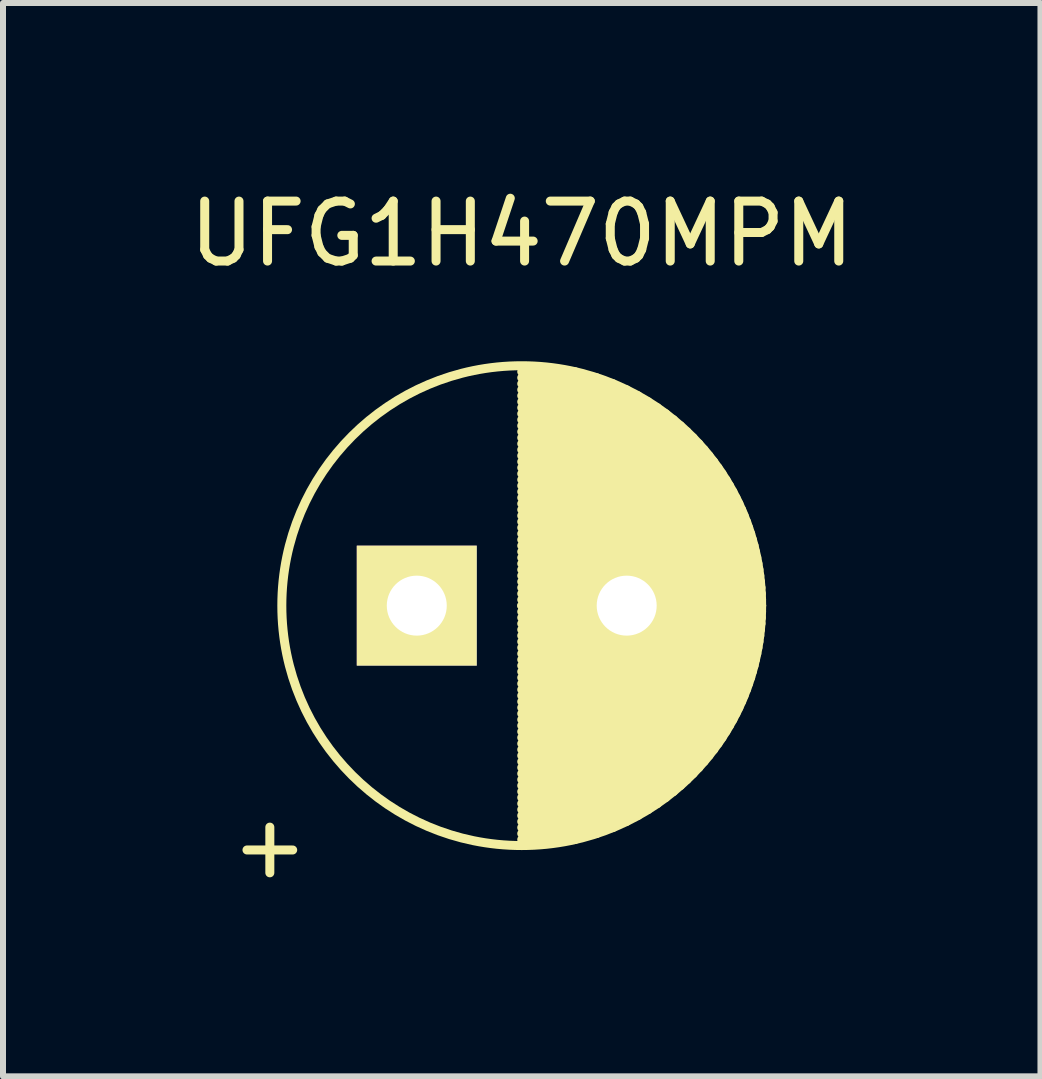
<source format=kicad_pcb>
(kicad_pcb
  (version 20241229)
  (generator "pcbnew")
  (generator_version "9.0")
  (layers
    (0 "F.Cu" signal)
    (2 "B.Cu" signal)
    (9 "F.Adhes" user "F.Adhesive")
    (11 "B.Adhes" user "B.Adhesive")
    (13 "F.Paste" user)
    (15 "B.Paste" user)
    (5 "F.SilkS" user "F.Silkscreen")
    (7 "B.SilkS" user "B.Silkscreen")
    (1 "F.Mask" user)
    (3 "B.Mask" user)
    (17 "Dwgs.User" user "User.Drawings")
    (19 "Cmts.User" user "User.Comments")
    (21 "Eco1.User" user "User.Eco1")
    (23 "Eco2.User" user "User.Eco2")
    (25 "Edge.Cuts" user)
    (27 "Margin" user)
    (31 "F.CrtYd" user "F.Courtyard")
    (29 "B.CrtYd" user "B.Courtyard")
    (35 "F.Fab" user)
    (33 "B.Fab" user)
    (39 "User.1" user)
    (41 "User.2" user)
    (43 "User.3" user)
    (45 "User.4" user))
  (footprint "UFG1H470MPM"
    (layer "F.Cu")
    (at 3.899 7.048)
    (property "Reference" "UFG1H470MPM" (at 1.75 -6.2 0) (layer "F.SilkS") (effects (font (size 1 1) (thickness 0.15))))
    (attr through_hole)
    (fp_line (start 1.75 -3.9) (end 2.639 -3.9) (stroke (width 0.15) (type solid)) (layer "F.SilkS"))
    (fp_line (start 1.75 -3.8) (end 2.999 -3.8) (stroke (width 0.15) (type solid)) (layer "F.SilkS"))
    (fp_line (start 1.75 -3.7) (end 3.27 -3.7) (stroke (width 0.15) (type solid)) (layer "F.SilkS"))
    (fp_line (start 1.75 -3.6) (end 3.494 -3.6) (stroke (width 0.15) (type solid)) (layer "F.SilkS"))
    (fp_line (start 1.75 -3.5) (end 3.686 -3.5) (stroke (width 0.15) (type solid)) (layer "F.SilkS"))
    (fp_line (start 1.75 -3.4) (end 3.857 -3.4) (stroke (width 0.15) (type solid)) (layer "F.SilkS"))
    (fp_line (start 1.75 -3.3) (end 4.011 -3.3) (stroke (width 0.15) (type solid)) (layer "F.SilkS"))
    (fp_line (start 1.75 -3.2) (end 4.15 -3.2) (stroke (width 0.15) (type solid)) (layer "F.SilkS"))
    (fp_line (start 1.75 -3.1) (end 4.278 -3.1) (stroke (width 0.15) (type solid)) (layer "F.SilkS"))
    (fp_line (start 1.75 -3) (end 4.396 -3) (stroke (width 0.15) (type solid)) (layer "F.SilkS"))
    (fp_line (start 1.75 -2.9) (end 4.505 -2.9) (stroke (width 0.15) (type solid)) (layer "F.SilkS"))
    (fp_line (start 1.75 -2.8) (end 4.607 -2.8) (stroke (width 0.15) (type solid)) (layer "F.SilkS"))
    (fp_line (start 1.75 -2.7) (end 4.701 -2.7) (stroke (width 0.15) (type solid)) (layer "F.SilkS"))
    (fp_line (start 1.75 -2.6) (end 4.79 -2.6) (stroke (width 0.15) (type solid)) (layer "F.SilkS"))
    (fp_line (start 1.75 -2.5) (end 4.872 -2.5) (stroke (width 0.15) (type solid)) (layer "F.SilkS"))
    (fp_line (start 1.75 -2.4) (end 4.95 -2.4) (stroke (width 0.15) (type solid)) (layer "F.SilkS"))
    (fp_line (start 1.75 -2.3) (end 5.023 -2.3) (stroke (width 0.15) (type solid)) (layer "F.SilkS"))
    (fp_line (start 1.75 -2.2) (end 5.091 -2.2) (stroke (width 0.15) (type solid)) (layer "F.SilkS"))
    (fp_line (start 1.75 -2.1) (end 5.154 -2.1) (stroke (width 0.15) (type solid)) (layer "F.SilkS"))
    (fp_line (start 1.75 -2) (end 5.214 -2) (stroke (width 0.15) (type solid)) (layer "F.SilkS"))
    (fp_line (start 1.75 -1.9) (end 5.27 -1.9) (stroke (width 0.15) (type solid)) (layer "F.SilkS"))
    (fp_line (start 1.75 -1.8) (end 5.322 -1.8) (stroke (width 0.15) (type solid)) (layer "F.SilkS"))
    (fp_line (start 1.75 -1.7) (end 5.371 -1.7) (stroke (width 0.15) (type solid)) (layer "F.SilkS"))
    (fp_line (start 1.75 -1.6) (end 5.416 -1.6) (stroke (width 0.15) (type solid)) (layer "F.SilkS"))
    (fp_line (start 1.75 -1.5) (end 5.458 -1.5) (stroke (width 0.15) (type solid)) (layer "F.SilkS"))
    (fp_line (start 1.75 -1.4) (end 5.497 -1.4) (stroke (width 0.15) (type solid)) (layer "F.SilkS"))
    (fp_line (start 1.75 -1.3) (end 5.533 -1.3) (stroke (width 0.15) (type solid)) (layer "F.SilkS"))
    (fp_line (start 1.75 -1.2) (end 5.566 -1.2) (stroke (width 0.15) (type solid)) (layer "F.SilkS"))
    (fp_line (start 1.75 -1.1) (end 5.596 -1.1) (stroke (width 0.15) (type solid)) (layer "F.SilkS"))
    (fp_line (start 1.75 -1) (end 5.623 -1) (stroke (width 0.15) (type solid)) (layer "F.SilkS"))
    (fp_line (start 1.75 -0.9) (end 5.647 -0.9) (stroke (width 0.15) (type solid)) (layer "F.SilkS"))
    (fp_line (start 1.75 -0.8) (end 5.669 -0.8) (stroke (width 0.15) (type solid)) (layer "F.SilkS"))
    (fp_line (start 1.75 -0.7) (end 5.688 -0.7) (stroke (width 0.15) (type solid)) (layer "F.SilkS"))
    (fp_line (start 1.75 -0.6) (end 5.705 -0.6) (stroke (width 0.15) (type solid)) (layer "F.SilkS"))
    (fp_line (start 1.75 -0.5) (end 5.719 -0.5) (stroke (width 0.15) (type solid)) (layer "F.SilkS"))
    (fp_line (start 1.75 -0.4) (end 5.73 -0.4) (stroke (width 0.15) (type solid)) (layer "F.SilkS"))
    (fp_line (start 1.75 -0.3) (end 5.739 -0.3) (stroke (width 0.15) (type solid)) (layer "F.SilkS"))
    (fp_line (start 1.75 -0.2) (end 5.745 -0.2) (stroke (width 0.15) (type solid)) (layer "F.SilkS"))
    (fp_line (start 1.75 -0.1) (end 5.749 -0.1) (stroke (width 0.15) (type solid)) (layer "F.SilkS"))
    (fp_line (start 1.75 0) (end 5.75 0) (stroke (width 0.15) (type solid)) (layer "F.SilkS"))
    (fp_line (start 1.75 0) (end 5.75 0) (stroke (width 0.15) (type solid)) (layer "F.SilkS"))
    (fp_line (start 1.75 0.1) (end 5.749 0.1) (stroke (width 0.15) (type solid)) (layer "F.SilkS"))
    (fp_line (start 1.75 0.2) (end 5.745 0.2) (stroke (width 0.15) (type solid)) (layer "F.SilkS"))
    (fp_line (start 1.75 0.3) (end 5.739 0.3) (stroke (width 0.15) (type solid)) (layer "F.SilkS"))
    (fp_line (start 1.75 0.4) (end 5.73 0.4) (stroke (width 0.15) (type solid)) (layer "F.SilkS"))
    (fp_line (start 1.75 0.5) (end 5.719 0.5) (stroke (width 0.15) (type solid)) (layer "F.SilkS"))
    (fp_line (start 1.75 0.6) (end 5.705 0.6) (stroke (width 0.15) (type solid)) (layer "F.SilkS"))
    (fp_line (start 1.75 0.7) (end 5.688 0.7) (stroke (width 0.15) (type solid)) (layer "F.SilkS"))
    (fp_line (start 1.75 0.8) (end 5.669 0.8) (stroke (width 0.15) (type solid)) (layer "F.SilkS"))
    (fp_line (start 1.75 0.9) (end 5.647 0.9) (stroke (width 0.15) (type solid)) (layer "F.SilkS"))
    (fp_line (start 1.75 1) (end 5.623 1) (stroke (width 0.15) (type solid)) (layer "F.SilkS"))
    (fp_line (start 1.75 1.1) (end 5.596 1.1) (stroke (width 0.15) (type solid)) (layer "F.SilkS"))
    (fp_line (start 1.75 1.2) (end 5.566 1.2) (stroke (width 0.15) (type solid)) (layer "F.SilkS"))
    (fp_line (start 1.75 1.3) (end 5.533 1.3) (stroke (width 0.15) (type solid)) (layer "F.SilkS"))
    (fp_line (start 1.75 1.4) (end 5.497 1.4) (stroke (width 0.15) (type solid)) (layer "F.SilkS"))
    (fp_line (start 1.75 1.5) (end 5.458 1.5) (stroke (width 0.15) (type solid)) (layer "F.SilkS"))
    (fp_line (start 1.75 1.6) (end 5.416 1.6) (stroke (width 0.15) (type solid)) (layer "F.SilkS"))
    (fp_line (start 1.75 1.7) (end 5.371 1.7) (stroke (width 0.15) (type solid)) (layer "F.SilkS"))
    (fp_line (start 1.75 1.8) (end 5.322 1.8) (stroke (width 0.15) (type solid)) (layer "F.SilkS"))
    (fp_line (start 1.75 1.9) (end 5.27 1.9) (stroke (width 0.15) (type solid)) (layer "F.SilkS"))
    (fp_line (start 1.75 2) (end 5.214 2) (stroke (width 0.15) (type solid)) (layer "F.SilkS"))
    (fp_line (start 1.75 2.1) (end 5.154 2.1) (stroke (width 0.15) (type solid)) (layer "F.SilkS"))
    (fp_line (start 1.75 2.2) (end 5.091 2.2) (stroke (width 0.15) (type solid)) (layer "F.SilkS"))
    (fp_line (start 1.75 2.3) (end 5.023 2.3) (stroke (width 0.15) (type solid)) (layer "F.SilkS"))
    (fp_line (start 1.75 2.4) (end 4.95 2.4) (stroke (width 0.15) (type solid)) (layer "F.SilkS"))
    (fp_line (start 1.75 2.5) (end 4.872 2.5) (stroke (width 0.15) (type solid)) (layer "F.SilkS"))
    (fp_line (start 1.75 2.6) (end 4.79 2.6) (stroke (width 0.15) (type solid)) (layer "F.SilkS"))
    (fp_line (start 1.75 2.7) (end 4.701 2.7) (stroke (width 0.15) (type solid)) (layer "F.SilkS"))
    (fp_line (start 1.75 2.8) (end 4.607 2.8) (stroke (width 0.15) (type solid)) (layer "F.SilkS"))
    (fp_line (start 1.75 2.9) (end 4.505 2.9) (stroke (width 0.15) (type solid)) (layer "F.SilkS"))
    (fp_line (start 1.75 3) (end 4.396 3) (stroke (width 0.15) (type solid)) (layer "F.SilkS"))
    (fp_line (start 1.75 3.1) (end 4.278 3.1) (stroke (width 0.15) (type solid)) (layer "F.SilkS"))
    (fp_line (start 1.75 3.2) (end 4.15 3.2) (stroke (width 0.15) (type solid)) (layer "F.SilkS"))
    (fp_line (start 1.75 3.3) (end 4.011 3.3) (stroke (width 0.15) (type solid)) (layer "F.SilkS"))
    (fp_line (start 1.75 3.4) (end 3.857 3.4) (stroke (width 0.15) (type solid)) (layer "F.SilkS"))
    (fp_line (start 1.75 3.5) (end 3.686 3.5) (stroke (width 0.15) (type solid)) (layer "F.SilkS"))
    (fp_line (start 1.75 3.6) (end 3.494 3.6) (stroke (width 0.15) (type solid)) (layer "F.SilkS"))
    (fp_line (start 1.75 3.7) (end 3.27 3.7) (stroke (width 0.15) (type solid)) (layer "F.SilkS"))
    (fp_line (start 1.75 3.8) (end 2.999 3.8) (stroke (width 0.15) (type solid)) (layer "F.SilkS"))
    (fp_line (start 1.75 3.9) (end 2.639 3.9) (stroke (width 0.15) (type solid)) (layer "F.SilkS"))
    (fp_circle (center 1.75 0) (end 1.75 -4) (stroke (width 0.15) (type solid)) (fill no) (layer "F.SilkS"))
    (fp_text user "+" (at -2.45 4 0) (layer "F.SilkS") (effects (font (size 1 1) (thickness 0.15))))
    (pad "1" thru_hole rect (at 0 0) (size 2 2) (drill 1) (layers "*.Cu" "*.Mask" "F.SilkS"))
    (pad "2" thru_hole circle (at 3.5 0) (size 2 2) (drill 1) (layers "*.Cu" "*.Mask" "F.SilkS")))
  (gr_rect
    (start -3 -3)
    (end 14.298 14.896)
    (stroke (width 0.1) (type default))
    (fill no)
    (layer "Edge.Cuts")))
</source>
